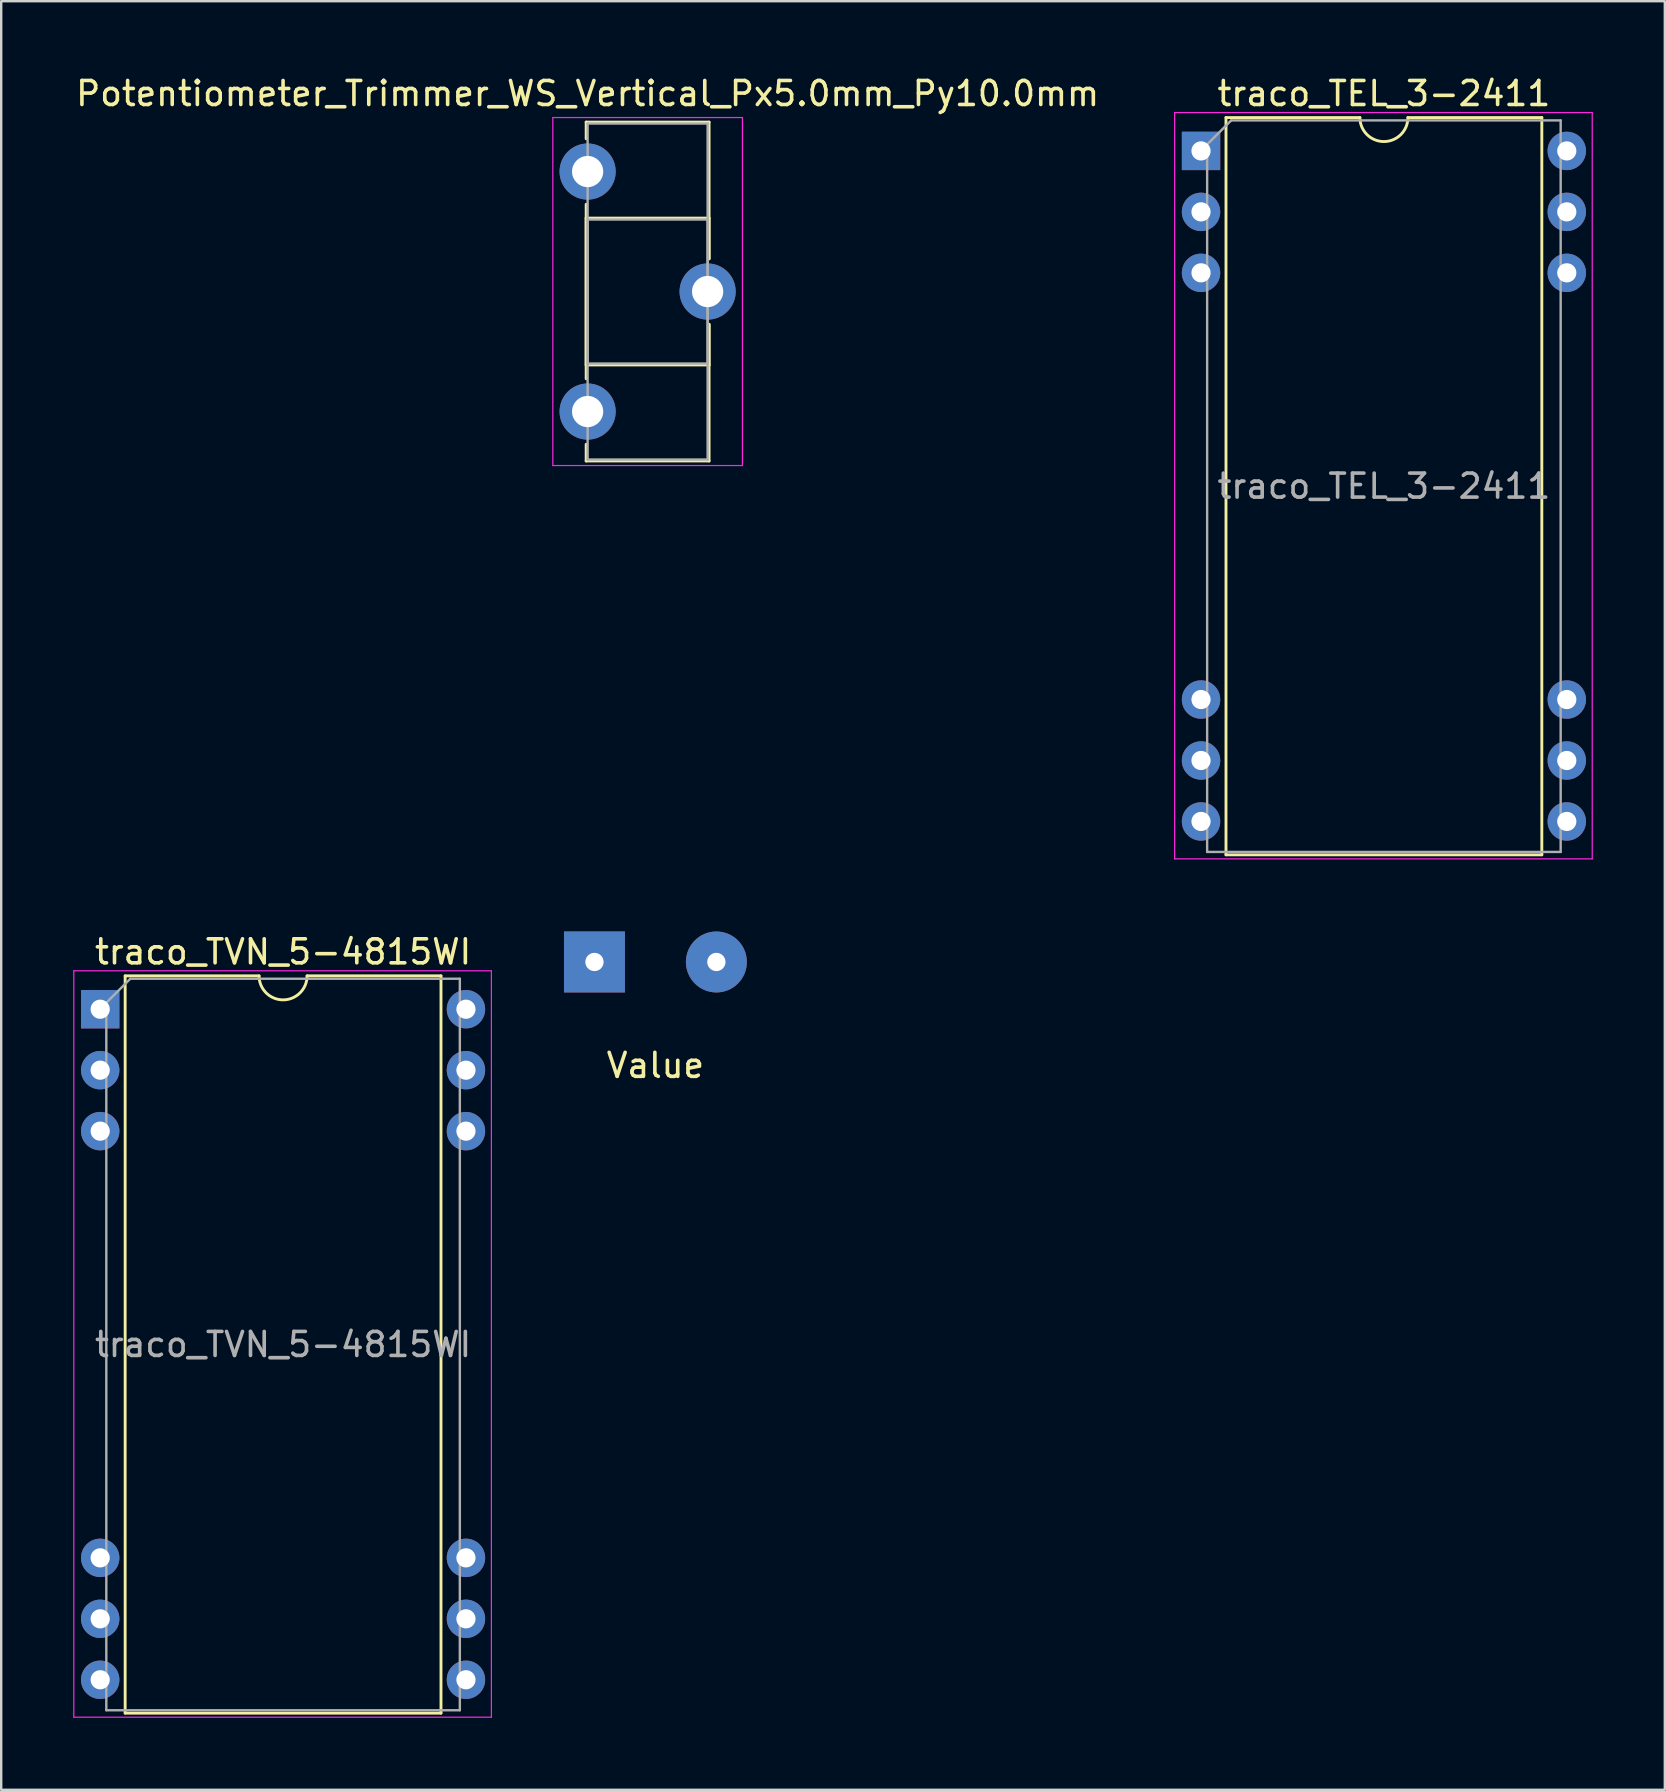
<source format=kicad_pcb>
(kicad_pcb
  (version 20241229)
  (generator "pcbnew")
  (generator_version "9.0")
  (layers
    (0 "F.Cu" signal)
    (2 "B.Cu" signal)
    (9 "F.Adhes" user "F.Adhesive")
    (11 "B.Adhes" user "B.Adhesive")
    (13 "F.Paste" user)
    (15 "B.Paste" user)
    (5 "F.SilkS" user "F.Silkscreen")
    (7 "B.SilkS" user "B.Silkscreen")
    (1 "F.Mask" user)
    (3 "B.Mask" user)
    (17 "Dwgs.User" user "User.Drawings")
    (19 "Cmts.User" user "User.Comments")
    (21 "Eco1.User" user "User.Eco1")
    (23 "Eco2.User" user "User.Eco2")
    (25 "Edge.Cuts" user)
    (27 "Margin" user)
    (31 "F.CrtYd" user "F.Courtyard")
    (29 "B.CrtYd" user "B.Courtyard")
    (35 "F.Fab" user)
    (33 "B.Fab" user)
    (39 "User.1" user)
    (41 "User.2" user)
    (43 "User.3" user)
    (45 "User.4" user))
  (footprint "traco_TVN_5-4815WI"
    (layer "F.Cu")
    (at 1.125 39.002)
    (property "Reference" "traco_TVN_5-4815WI" (at 7.62 -2.39 0) (layer "F.SilkS") (effects (font (size 1 1) (thickness 0.15))))
    (attr through_hole)
    (fp_line (start 1.04 -1.39) (end 1.04 29.33) (stroke (width 0.12) (type solid)) (layer "F.SilkS"))
    (fp_line (start 1.04 29.33) (end 14.2 29.33) (stroke (width 0.12) (type solid)) (layer "F.SilkS"))
    (fp_line (start 6.62 -1.39) (end 1.04 -1.39) (stroke (width 0.12) (type solid)) (layer "F.SilkS"))
    (fp_line (start 14.2 -1.39) (end 8.62 -1.39) (stroke (width 0.12) (type solid)) (layer "F.SilkS"))
    (fp_line (start 14.2 29.33) (end 14.2 -1.39) (stroke (width 0.12) (type solid)) (layer "F.SilkS"))
    (fp_arc (start 8.62 -1.39) (mid 7.62 -0.39) (end 6.62 -1.39) (stroke (width 0.12) (type solid)) (layer "F.SilkS"))
    (fp_line (start -1.1 -1.6) (end -1.1 29.5) (stroke (width 0.05) (type solid)) (layer "F.CrtYd"))
    (fp_line (start -1.1 29.5) (end 16.3 29.5) (stroke (width 0.05) (type solid)) (layer "F.CrtYd"))
    (fp_line (start 16.3 -1.6) (end -1.1 -1.6) (stroke (width 0.05) (type solid)) (layer "F.CrtYd"))
    (fp_line (start 16.3 29.5) (end 16.3 -1.6) (stroke (width 0.05) (type solid)) (layer "F.CrtYd"))
    (fp_line (start 0.255 -0.27) (end 1.255 -1.27) (stroke (width 0.1) (type solid)) (layer "F.Fab"))
    (fp_line (start 0.255 29.21) (end 0.255 -0.27) (stroke (width 0.1) (type solid)) (layer "F.Fab"))
    (fp_line (start 1.255 -1.27) (end 14.985 -1.27) (stroke (width 0.1) (type solid)) (layer "F.Fab"))
    (fp_line (start 14.985 -1.27) (end 14.985 29.21) (stroke (width 0.1) (type solid)) (layer "F.Fab"))
    (fp_line (start 14.985 29.21) (end 0.255 29.21) (stroke (width 0.1) (type solid)) (layer "F.Fab"))
    (fp_text user "${REFERENCE}" (at 7.62 13.97 0) (layer "F.Fab") (effects (font (size 1 1) (thickness 0.15))))
    (pad "1" thru_hole rect (at 0 0) (size 1.6 1.6) (drill 0.8) (layers "*.Cu" "*.Mask"))
    (pad "1" thru_hole oval (at 0 2.54) (size 1.6 1.6) (drill 0.8) (layers "*.Cu" "*.Mask"))
    (pad "3" thru_hole oval (at 0 5.08) (size 1.6 1.6) (drill 0.8) (layers "*.Cu" "*.Mask"))
    (pad "10" thru_hole oval (at 0 22.86) (size 1.6 1.6) (drill 0.8) (layers "*.Cu" "*.Mask"))
    (pad "11" thru_hole oval (at 0 25.4) (size 1.6 1.6) (drill 0.8) (layers "*.Cu" "*.Mask"))
    (pad "12" thru_hole oval (at 0 27.94) (size 1.6 1.6) (drill 0.8) (layers "*.Cu" "*.Mask"))
    (pad "13" thru_hole oval (at 15.24 27.94) (size 1.6 1.6) (drill 0.8) (layers "*.Cu" "*.Mask"))
    (pad "14" thru_hole oval (at 15.24 25.4) (size 1.6 1.6) (drill 0.8) (layers "*.Cu" "*.Mask"))
    (pad "15" thru_hole oval (at 15.24 22.86) (size 1.6 1.6) (drill 0.8) (layers "*.Cu" "*.Mask"))
    (pad "22" thru_hole oval (at 15.24 5.08) (size 1.6 1.6) (drill 0.8) (layers "*.Cu" "*.Mask"))
    (pad "24" thru_hole oval (at 15.24 0) (size 1.6 1.6) (drill 0.8) (layers "*.Cu" "*.Mask"))
    (pad "24" thru_hole oval (at 15.24 2.54) (size 1.6 1.6) (drill 0.8) (layers "*.Cu" "*.Mask")))
  (footprint "Value"
    (layer "F.Cu")
    (at 24.26 39.573)
    (property "Reference" "Value" (at 0 1.77 0) (layer "F.SilkS") (effects (font (size 1 1) (thickness 0.15))))
    (attr through_hole)
    (pad "1" thru_hole rect (at -2.54 -2.54) (size 2.54 2.54) (drill 0.762) (layers "*.Cu" "*.Mask"))
    (pad "2" thru_hole circle (at 2.54 -2.54) (size 2.54 2.54) (drill 0.762) (layers "*.Cu" "*.Mask")))
  (footprint "traco_TEL_3-2411"
    (layer "F.Cu")
    (at 46.994 3.238)
    (property "Reference" "traco_TEL_3-2411" (at 7.62 -2.39 0) (layer "F.SilkS") (effects (font (size 1 1) (thickness 0.15))))
    (attr through_hole)
    (fp_line (start 1.04 -1.39) (end 1.04 29.33) (stroke (width 0.12) (type solid)) (layer "F.SilkS"))
    (fp_line (start 1.04 29.33) (end 14.2 29.33) (stroke (width 0.12) (type solid)) (layer "F.SilkS"))
    (fp_line (start 6.62 -1.39) (end 1.04 -1.39) (stroke (width 0.12) (type solid)) (layer "F.SilkS"))
    (fp_line (start 14.2 -1.39) (end 8.62 -1.39) (stroke (width 0.12) (type solid)) (layer "F.SilkS"))
    (fp_line (start 14.2 29.33) (end 14.2 -1.39) (stroke (width 0.12) (type solid)) (layer "F.SilkS"))
    (fp_arc (start 8.62 -1.39) (mid 7.62 -0.39) (end 6.62 -1.39) (stroke (width 0.12) (type solid)) (layer "F.SilkS"))
    (fp_line (start -1.1 -1.6) (end -1.1 29.5) (stroke (width 0.05) (type solid)) (layer "F.CrtYd"))
    (fp_line (start -1.1 29.5) (end 16.3 29.5) (stroke (width 0.05) (type solid)) (layer "F.CrtYd"))
    (fp_line (start 16.3 -1.6) (end -1.1 -1.6) (stroke (width 0.05) (type solid)) (layer "F.CrtYd"))
    (fp_line (start 16.3 29.5) (end 16.3 -1.6) (stroke (width 0.05) (type solid)) (layer "F.CrtYd"))
    (fp_line (start 0.255 -0.27) (end 1.255 -1.27) (stroke (width 0.1) (type solid)) (layer "F.Fab"))
    (fp_line (start 0.255 29.21) (end 0.255 -0.27) (stroke (width 0.1) (type solid)) (layer "F.Fab"))
    (fp_line (start 1.255 -1.27) (end 14.985 -1.27) (stroke (width 0.1) (type solid)) (layer "F.Fab"))
    (fp_line (start 14.985 -1.27) (end 14.985 29.21) (stroke (width 0.1) (type solid)) (layer "F.Fab"))
    (fp_line (start 14.985 29.21) (end 0.255 29.21) (stroke (width 0.1) (type solid)) (layer "F.Fab"))
    (fp_text user "${REFERENCE}" (at 7.62 13.97 0) (layer "F.Fab") (effects (font (size 1 1) (thickness 0.15))))
    (pad "1" thru_hole rect (at 0 0) (size 1.6 1.6) (drill 0.8) (layers "*.Cu" "*.Mask"))
    (pad "1" thru_hole oval (at 15.24 0) (size 1.6 1.6) (drill 0.8) (layers "*.Cu" "*.Mask"))
    (pad "2" thru_hole oval (at 0 2.54) (size 1.6 1.6) (drill 0.8) (layers "*.Cu" "*.Mask"))
    (pad "3" thru_hole oval (at 0 5.08) (size 1.6 1.6) (drill 0.8) (layers "*.Cu" "*.Mask"))
    (pad "10" thru_hole oval (at 0 22.86) (size 1.6 1.6) (drill 0.8) (layers "*.Cu" "*.Mask"))
    (pad "10" thru_hole oval (at 15.24 22.86) (size 1.6 1.6) (drill 0.8) (layers "*.Cu" "*.Mask"))
    (pad "11" thru_hole oval (at 0 25.4) (size 1.6 1.6) (drill 0.8) (layers "*.Cu" "*.Mask"))
    (pad "11" thru_hole oval (at 15.24 25.4) (size 1.6 1.6) (drill 0.8) (layers "*.Cu" "*.Mask"))
    (pad "12" thru_hole oval (at 0 27.94) (size 1.6 1.6) (drill 0.8) (layers "*.Cu" "*.Mask"))
    (pad "12" thru_hole oval (at 15.24 27.94) (size 1.6 1.6) (drill 0.8) (layers "*.Cu" "*.Mask"))
    (pad "22" thru_hole oval (at 15.24 5.08) (size 1.6 1.6) (drill 0.8) (layers "*.Cu" "*.Mask"))
    (pad "23" thru_hole oval (at 15.24 2.54) (size 1.6 1.6) (drill 0.8) (layers "*.Cu" "*.Mask")))
  (footprint "Potentiometer_Trimmer_WS_Vertical_Px5.0mm_Py10.0mm"
    (layer "F.Cu")
    (at 21.435 4.098)
    (property "Reference" "Potentiometer_Trimmer_WS_Vertical_Px5.0mm_Py10.0mm" (at 0 -3.25 0) (layer "F.SilkS") (effects (font (size 1 1) (thickness 0.15))))
    (attr through_hole)
    (fp_line (start -0.061 -2.06) (end -0.061 -1.365) (stroke (width 0.12) (type solid)) (layer "F.SilkS"))
    (fp_line (start -0.061 -2.06) (end 5.06 -2.06) (stroke (width 0.12) (type solid)) (layer "F.SilkS"))
    (fp_line (start -0.061 1.365) (end -0.061 8.635) (stroke (width 0.12) (type solid)) (layer "F.SilkS"))
    (fp_line (start -0.061 1.94) (end -0.061 8.06) (stroke (width 0.12) (type solid)) (layer "F.SilkS"))
    (fp_line (start -0.061 1.94) (end 5.06 1.94) (stroke (width 0.12) (type solid)) (layer "F.SilkS"))
    (fp_line (start -0.061 8.06) (end 5.06 8.06) (stroke (width 0.12) (type solid)) (layer "F.SilkS"))
    (fp_line (start -0.061 11.365) (end -0.061 12.06) (stroke (width 0.12) (type solid)) (layer "F.SilkS"))
    (fp_line (start -0.061 12.06) (end 5.06 12.06) (stroke (width 0.12) (type solid)) (layer "F.SilkS"))
    (fp_line (start 5.06 -2.06) (end 5.06 3.635) (stroke (width 0.12) (type solid)) (layer "F.SilkS"))
    (fp_line (start 5.06 1.94) (end 5.06 3.635) (stroke (width 0.12) (type solid)) (layer "F.SilkS"))
    (fp_line (start 5.06 6.365) (end 5.06 8.06) (stroke (width 0.12) (type solid)) (layer "F.SilkS"))
    (fp_line (start 5.06 6.365) (end 5.06 12.06) (stroke (width 0.12) (type solid)) (layer "F.SilkS"))
    (fp_line (start -1.45 -2.25) (end -1.45 12.25) (stroke (width 0.05) (type solid)) (layer "F.CrtYd"))
    (fp_line (start -1.45 12.25) (end 6.45 12.25) (stroke (width 0.05) (type solid)) (layer "F.CrtYd"))
    (fp_line (start 6.45 -2.25) (end -1.45 -2.25) (stroke (width 0.05) (type solid)) (layer "F.CrtYd"))
    (fp_line (start 6.45 12.25) (end 6.45 -2.25) (stroke (width 0.05) (type solid)) (layer "F.CrtYd"))
    (fp_line (start 0 -2) (end 5 -2) (stroke (width 0.1) (type solid)) (layer "F.Fab"))
    (fp_line (start 0 2) (end 0 8) (stroke (width 0.1) (type solid)) (layer "F.Fab"))
    (fp_line (start 0 8) (end 5 8) (stroke (width 0.1) (type solid)) (layer "F.Fab"))
    (fp_line (start 0 12) (end 0 -2) (stroke (width 0.1) (type solid)) (layer "F.Fab"))
    (fp_line (start 5 -2) (end 5 12) (stroke (width 0.1) (type solid)) (layer "F.Fab"))
    (fp_line (start 5 2) (end 0 2) (stroke (width 0.1) (type solid)) (layer "F.Fab"))
    (fp_line (start 5 8) (end 5 2) (stroke (width 0.1) (type solid)) (layer "F.Fab"))
    (fp_line (start 5 12) (end 0 12) (stroke (width 0.1) (type solid)) (layer "F.Fab"))
    (pad "1" thru_hole circle (at 0 0) (size 2.34 2.34) (drill 1.3) (layers "*.Cu" "*.Mask"))
    (pad "2" thru_hole circle (at 5 5) (size 2.34 2.34) (drill 1.3) (layers "*.Cu" "*.Mask"))
    (pad "3" thru_hole circle (at 0 10) (size 2.34 2.34) (drill 1.3) (layers "*.Cu" "*.Mask")))
  (gr_rect
    (start -3 -3)
    (end 66.319 71.526)
    (stroke (width 0.1) (type default))
    (fill no)
    (layer "Edge.Cuts")))
</source>
